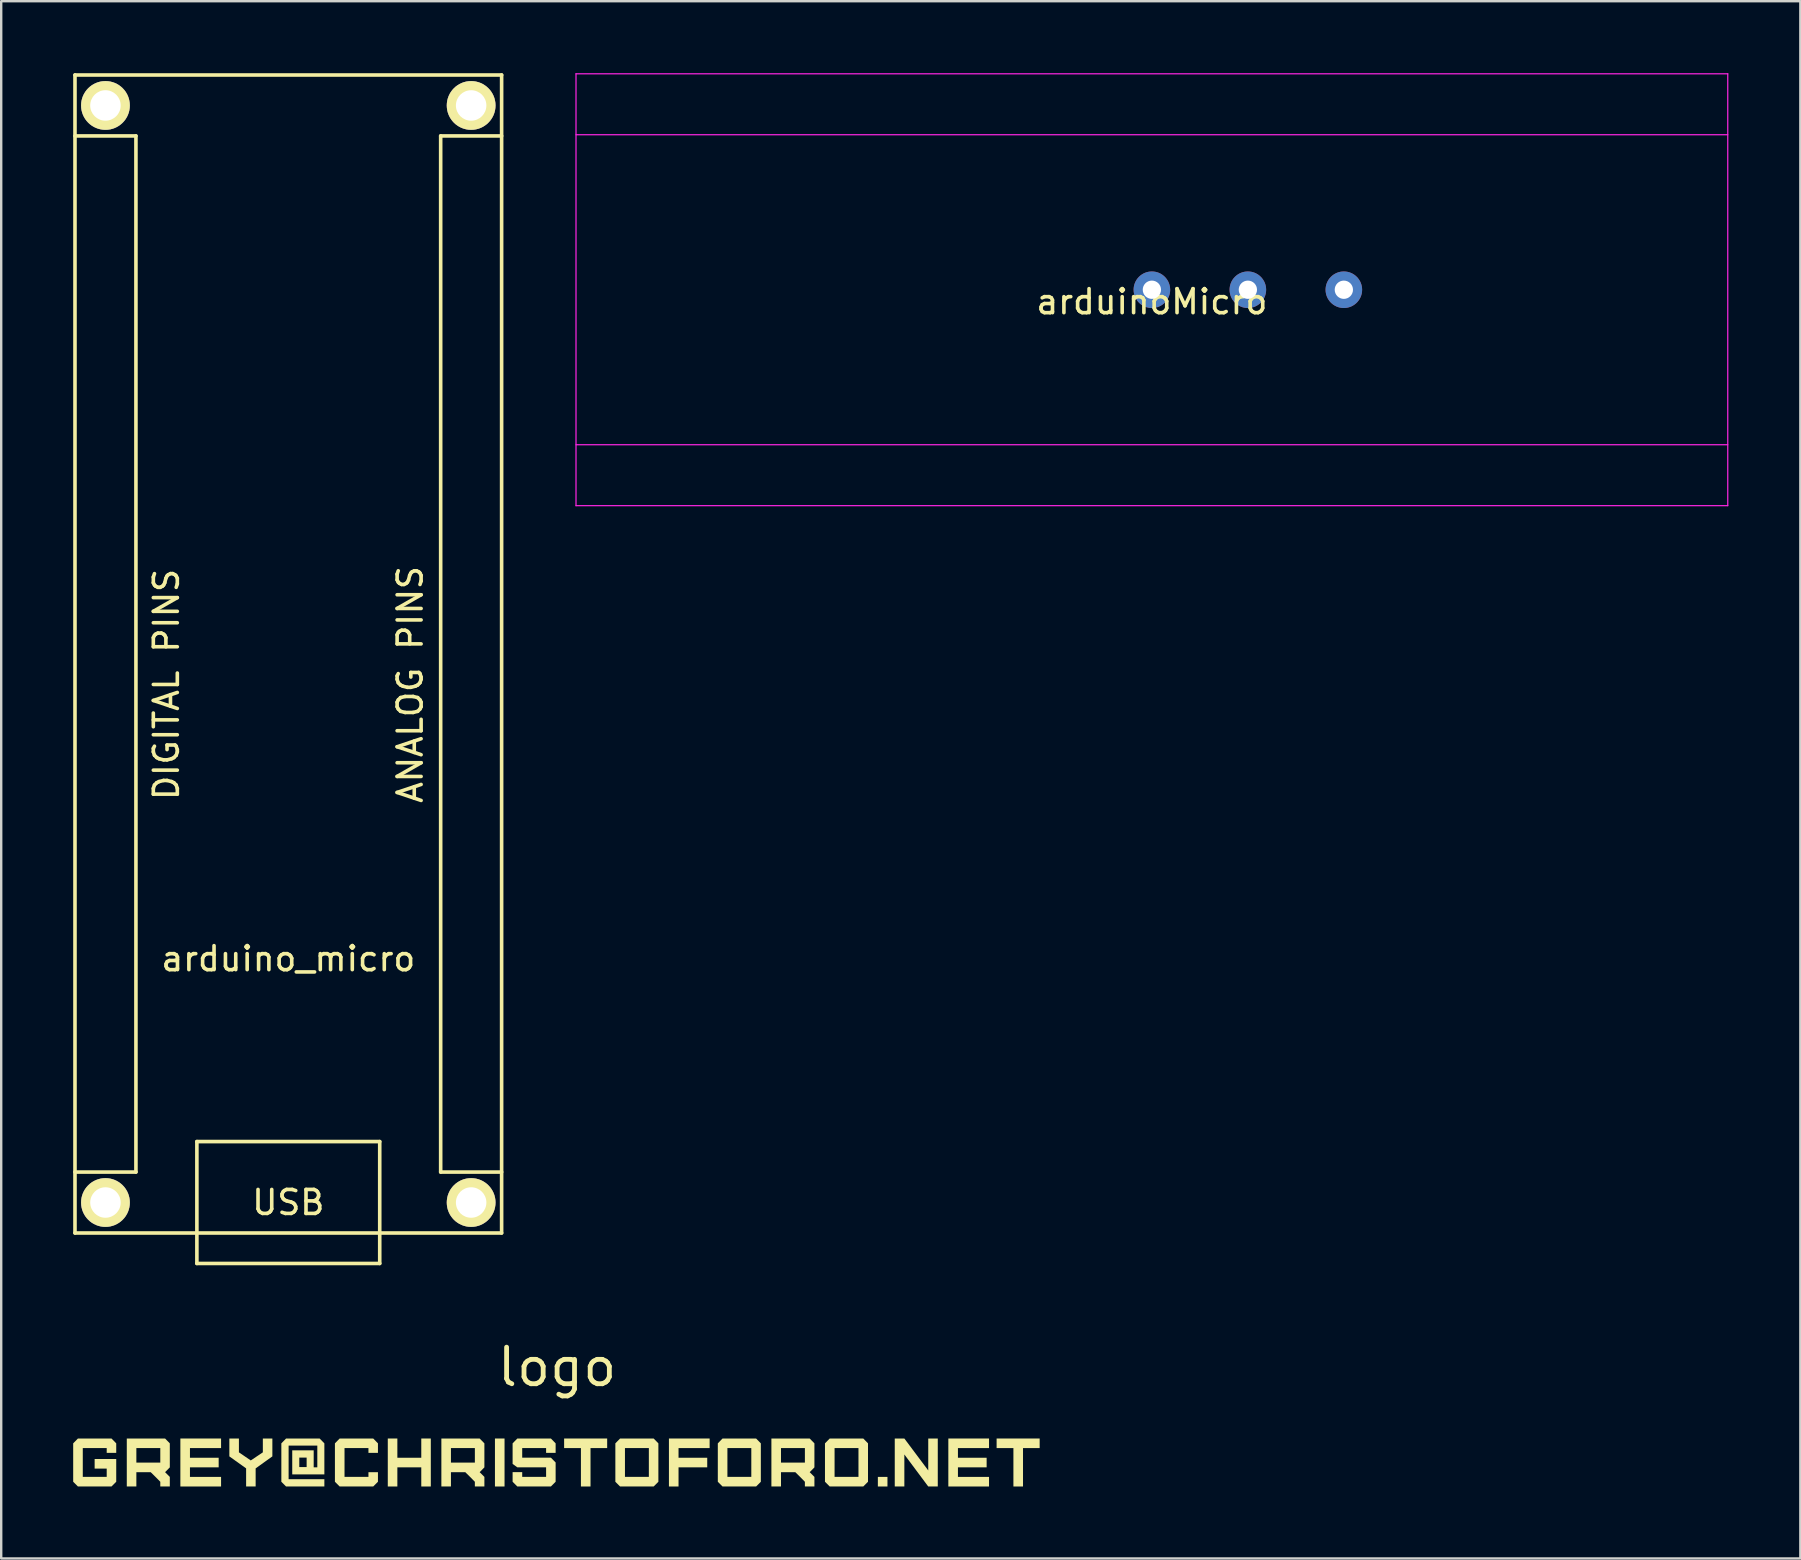
<source format=kicad_pcb>
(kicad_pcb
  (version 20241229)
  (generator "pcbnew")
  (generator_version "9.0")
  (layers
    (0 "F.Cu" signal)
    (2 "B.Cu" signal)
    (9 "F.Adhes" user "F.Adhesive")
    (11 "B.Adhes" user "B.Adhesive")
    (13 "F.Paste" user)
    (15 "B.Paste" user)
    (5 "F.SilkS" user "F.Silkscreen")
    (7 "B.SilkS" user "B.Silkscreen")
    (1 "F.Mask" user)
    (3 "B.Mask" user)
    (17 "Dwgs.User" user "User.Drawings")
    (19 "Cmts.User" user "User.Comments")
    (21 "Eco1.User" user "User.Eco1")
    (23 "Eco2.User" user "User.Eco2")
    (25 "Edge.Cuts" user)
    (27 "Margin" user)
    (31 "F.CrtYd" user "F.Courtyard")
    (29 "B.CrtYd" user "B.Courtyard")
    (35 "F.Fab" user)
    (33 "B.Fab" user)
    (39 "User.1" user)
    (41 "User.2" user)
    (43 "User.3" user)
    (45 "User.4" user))
  (footprint "arduino_micro"
    (layer "F.Cu")
    (at 1.345 1.345)
    (property "Reference" "arduino_micro" (at 7.62 35.56 0) (layer "F.SilkS") (effects (font (size 1 1) (thickness 0.15))))
    (attr through_hole)
    (fp_line (start -1.27 -1.27) (end 16.51 -1.27) (stroke (width 0.15) (type solid)) (layer "F.SilkS"))
    (fp_line (start -1.27 1.27) (end 1.27 1.27) (stroke (width 0.15) (type solid)) (layer "F.SilkS"))
    (fp_line (start -1.27 46.99) (end -1.27 -1.27) (stroke (width 0.15) (type solid)) (layer "F.SilkS"))
    (fp_line (start 1.27 1.27) (end 1.27 44.45) (stroke (width 0.15) (type solid)) (layer "F.SilkS"))
    (fp_line (start 1.27 44.45) (end -1.27 44.45) (stroke (width 0.15) (type solid)) (layer "F.SilkS"))
    (fp_line (start 3.81 43.18) (end 3.81 48.26) (stroke (width 0.15) (type solid)) (layer "F.SilkS"))
    (fp_line (start 3.81 48.26) (end 11.43 48.26) (stroke (width 0.15) (type solid)) (layer "F.SilkS"))
    (fp_line (start 11.43 43.18) (end 3.81 43.18) (stroke (width 0.15) (type solid)) (layer "F.SilkS"))
    (fp_line (start 11.43 48.26) (end 11.43 43.18) (stroke (width 0.15) (type solid)) (layer "F.SilkS"))
    (fp_line (start 13.97 1.27) (end 13.97 44.45) (stroke (width 0.15) (type solid)) (layer "F.SilkS"))
    (fp_line (start 13.97 44.45) (end 16.51 44.45) (stroke (width 0.15) (type solid)) (layer "F.SilkS"))
    (fp_line (start 16.51 -1.27) (end 16.51 46.99) (stroke (width 0.15) (type solid)) (layer "F.SilkS"))
    (fp_line (start 16.51 1.27) (end 13.97 1.27) (stroke (width 0.15) (type solid)) (layer "F.SilkS"))
    (fp_line (start 16.51 46.99) (end -1.27 46.99) (stroke (width 0.15) (type solid)) (layer "F.SilkS"))
    (fp_text user "DIGITAL PINS" (at 2.54 24.13 90) (layer "F.SilkS") (effects (font (size 1 1) (thickness 0.15))))
    (fp_text user "USB" (at 7.62 45.72 180) (layer "F.SilkS") (effects (font (size 1 1) (thickness 0.15))))
    (fp_text user "ANALOG PINS" (at 12.7 24.13 90) (layer "F.SilkS") (effects (font (size 1 1) (thickness 0.15))))
    (pad "1" thru_hole circle (at 0 0 180) (size 2.032 2.032) (drill 1.27) (layers "*.Cu" "*.Mask" "F.SilkS"))
    (pad "2" thru_hole circle (at 15.24 0 180) (size 2.032 2.032) (drill 1.27) (layers "*.Cu" "*.Mask" "F.SilkS"))
    (pad "3" thru_hole circle (at 15.24 45.72 180) (size 2.032 2.032) (drill 1.27) (layers "*.Cu" "*.Mask" "F.SilkS"))
    (pad "4" thru_hole circle (at 0 45.72 180) (size 2.032 2.032) (drill 1.27) (layers "*.Cu" "*.Mask" "F.SilkS")))
  (footprint "logo"
    (layer "F.Cu")
    (at 20.167 57.923)
    (property "Reference" "logo" (at 0 -4 0) (layer "F.SilkS") (effects (font (size 1.524 1.524) (thickness 0.2))))
    (attr through_hole)
    (fp_poly (pts (xy -2.59 -1.023) (xy -2.59 0.977) (xy -2.19 0.977) (xy -2.19 -1.023)) (stroke (width 0.001) (type solid)) (fill yes) (layer "F.SilkS"))
    (fp_poly (pts (xy 13.368 0.577) (xy 13.368 0.977) (xy 13.768 0.977) (xy 13.768 0.577)) (stroke (width 0.001) (type solid)) (fill yes) (layer "F.SilkS"))
    (fp_poly (pts (xy 2.087 -0.624) (xy 2.087 -1.023) (xy 0.293 -1.023) (xy 0.293 -0.624) (xy 0.993 -0.624) (xy 0.993 0.977) (xy 1.393 0.977) (xy 1.393 -0.624)) (stroke (width 0.001) (type solid)) (fill yes) (layer "F.SilkS"))
    (fp_poly (pts (xy 18.317 -1.023) (xy 18.317 -0.624) (xy 19.017 -0.624) (xy 19.017 0.977) (xy 19.417 0.977) (xy 19.417 -0.624) (xy 20.111 -0.624) (xy 20.111 -1.023)) (stroke (width 0.001) (type solid)) (fill yes) (layer "F.SilkS"))
    (fp_poly (pts (xy 6.257 0.179) (xy 6.257 -0.221) (xy 5.061 -0.221) (xy 5.061 -0.624) (xy 6.357 -0.624) (xy 6.357 -1.023) (xy 4.661 -1.023) (xy 4.661 0.977) (xy 5.061 0.977) (xy 5.061 0.179)) (stroke (width 0.001) (type solid)) (fill yes) (layer "F.SilkS"))
    (fp_poly (pts (xy 14.072 0.977) (xy 14.472 0.977) (xy 14.472 -0.358) (xy 15.468 0.977) (xy 15.865 0.977) (xy 15.865 -1.023) (xy 15.468 -1.023) (xy 15.468 0.308) (xy 14.472 -1.023) (xy 14.072 -1.023)) (stroke (width 0.001) (type solid)) (fill yes) (layer "F.SilkS"))
    (fp_poly (pts (xy -15.301 0.179) (xy -14.104 0.179) (xy -14.104 -0.221) (xy -15.301 -0.221) (xy -15.301 -0.624) (xy -14.004 -0.624) (xy -14.004 -1.023) (xy -15.7 -1.023) (xy -15.7 0.977) (xy -14.004 0.977) (xy -14.004 0.577) (xy -15.301 0.577)) (stroke (width 0.001) (type solid)) (fill yes) (layer "F.SilkS"))
    (fp_poly (pts (xy -6.657 -1.023) (xy -7.056 -1.023) (xy -7.056 0.977) (xy -6.657 0.977) (xy -6.657 0.179) (xy -5.66 0.179) (xy -5.66 0.977) (xy -5.263 0.977) (xy -5.263 -1.023) (xy -5.66 -1.023) (xy -5.66 -0.221) (xy -6.657 -0.221)) (stroke (width 0.001) (type solid)) (fill yes) (layer "F.SilkS"))
    (fp_poly (pts (xy 18.001 0.977) (xy 18.001 0.577) (xy 16.705 0.577) (xy 16.705 0.179) (xy 17.901 0.179) (xy 17.901 -0.221) (xy 16.705 -0.221) (xy 16.705 -0.624) (xy 18.001 -0.624) (xy 18.001 -1.023) (xy 16.305 -1.023) (xy 16.305 0.977)) (stroke (width 0.001) (type solid)) (fill yes) (layer "F.SilkS"))
    (fp_poly (pts (xy -12.766 -0.109) (xy -13.26 -0.446) (xy -13.26 -1.023) (xy -13.659 -1.023) (xy -13.659 -0.278) (xy -12.96 0.222) (xy -12.96 0.977) (xy -12.563 0.977) (xy -12.563 0.222) (xy -11.866 -0.278) (xy -11.866 -1.023) (xy -12.263 -1.023) (xy -12.263 -0.446)) (stroke (width 0.001) (type solid)) (fill yes) (layer "F.SilkS"))
    (fp_poly (pts (xy 4.221 -0.821) (xy 4.024 -1.023) (xy 2.625 -1.023) (xy 2.828 0.577) (xy 2.828 -0.624) (xy 3.824 -0.624) (xy 3.824 0.577) (xy 2.828 0.577) (xy 2.625 -1.023) (xy 2.428 -0.821) (xy 2.428 0.78) (xy 2.625 0.977) (xy 4.024 0.977) (xy 4.221 0.78)) (stroke (width 0.001) (type solid)) (fill yes) (layer "F.SilkS"))
    (fp_poly (pts (xy 8.491 -0.821) (xy 8.294 -1.023) (xy 6.895 -1.023) (xy 6.698 -0.821) (xy 7.098 -0.624) (xy 8.094 -0.624) (xy 8.094 0.577) (xy 7.098 0.577) (xy 7.098 -0.624) (xy 6.698 -0.821) (xy 6.698 0.78) (xy 6.895 0.977) (xy 8.294 0.977) (xy 8.491 0.78)) (stroke (width 0.001) (type solid)) (fill yes) (layer "F.SilkS"))
    (fp_poly (pts (xy 12.957 -0.821) (xy 12.76 -1.023) (xy 11.361 -1.023) (xy 11.164 -0.821) (xy 11.564 -0.624) (xy 12.56 -0.624) (xy 12.56 0.577) (xy 11.564 0.577) (xy 11.564 -0.624) (xy 11.164 -0.821) (xy 11.164 0.78) (xy 11.361 0.977) (xy 12.76 0.977) (xy 12.957 0.78)) (stroke (width 0.001) (type solid)) (fill yes) (layer "F.SilkS"))
    (fp_poly (pts (xy -8.859 -0.624) (xy -7.862 -0.624) (xy -7.862 -0.424) (xy -7.466 -0.424) (xy -7.466 -0.821) (xy -7.663 -1.023) (xy -9.062 -1.023) (xy -9.259 -0.821) (xy -9.259 0.78) (xy -9.062 0.977) (xy -7.663 0.977) (xy -7.466 0.78) (xy -7.466 0.38) (xy -7.862 0.38) (xy -7.862 0.577) (xy -8.859 0.577)) (stroke (width 0.001) (type solid)) (fill yes) (layer "F.SilkS"))
    (fp_poly (pts (xy -18.373 -0.17) (xy -19.273 -0.17) (xy -19.273 0.23) (xy -18.77 0.23) (xy -18.77 0.577) (xy -19.767 0.577) (xy -19.767 -0.624) (xy -18.77 -0.624) (xy -18.77 -0.424) (xy -18.373 -0.424) (xy -18.373 -0.821) (xy -18.57 -1.023) (xy -19.969 -1.023) (xy -20.167 -0.821) (xy -20.167 0.78) (xy -19.969 0.977) (xy -18.57 0.977) (xy -18.373 0.78)) (stroke (width 0.001) (type solid)) (fill yes) (layer "F.SilkS"))
    (fp_poly (pts (xy -17.534 0.38) (xy -16.937 0.38) (xy -16.737 0.577) (xy -16.537 0.78) (xy -16.537 0.977) (xy -16.14 0.977) (xy -16.14 0.577) (xy -16.337 0.38) (xy -16.14 0.18) (xy -16.14 -0.821) (xy -16.337 -1.023) (xy -17.933 -1.023) (xy -17.933 0.977) (xy -17.534 0.977) (xy -17.534 -0.624) (xy -16.537 -0.624) (xy -16.537 -0.02) (xy -17.534 -0.02)) (stroke (width 0.001) (type solid)) (fill yes) (layer "F.SilkS"))
    (fp_poly (pts (xy -3.827 0.38) (xy -3.627 0.577) (xy -3.427 0.78) (xy -3.427 0.977) (xy -3.03 0.977) (xy -3.03 0.577) (xy -3.227 0.38) (xy -3.03 0.18) (xy -3.03 -0.821) (xy -3.227 -1.023) (xy -4.823 -1.023) (xy -4.823 0.977) (xy -4.424 0.977) (xy -4.424 -0.624) (xy -3.427 -0.624) (xy -3.427 -0.02) (xy -4.424 -0.02) (xy -4.424 -0.624) (xy -4.424 0.38) (xy -3.827 0.38)) (stroke (width 0.001) (type solid)) (fill yes) (layer "F.SilkS"))
    (fp_poly (pts (xy 10.527 -1.023) (xy 8.931 -1.023) (xy 8.931 0.977) (xy 9.331 0.977) (xy 9.331 -0.624) (xy 10.327 -0.624) (xy 10.327 -0.02) (xy 9.331 -0.02) (xy 9.331 -0.624) (xy 9.331 0.977) (xy 9.331 0.38) (xy 9.927 0.38) (xy 10.127 0.577) (xy 10.327 0.78) (xy 10.327 0.977) (xy 10.724 0.977) (xy 10.724 0.577) (xy 10.527 0.38) (xy 10.724 0.18) (xy 10.724 -0.821)) (stroke (width 0.001) (type solid)) (fill yes) (layer "F.SilkS"))
    (fp_poly (pts (xy -0.061 -0.024) (xy -0.258 -0.224) (xy -1.454 -0.224) (xy -1.454 -0.624) (xy -0.458 -0.624) (xy -0.458 -0.424) (xy -0.061 -0.424) (xy -0.061 -0.821) (xy -0.258 -1.023) (xy -1.657 -1.023) (xy -1.854 -0.821) (xy -1.854 0.036) (xy -1.657 0.179) (xy -0.458 0.179) (xy -0.458 0.577) (xy -1.454 0.577) (xy -1.454 0.379) (xy -1.854 0.379) (xy -1.854 0.78) (xy -1.657 0.977) (xy -0.258 0.977) (xy -0.061 0.78)) (stroke (width 0.001) (type solid)) (fill yes) (layer "F.SilkS"))
    (fp_poly (pts (xy -9.699 0.674) (xy -11.189 0.674) (xy -11.189 -0.726) (xy -9.993 -0.726) (xy -9.993 0.179) (xy -10.144 0.179) (xy -10.144 -0.53) (xy -11.038 -0.53) (xy -11.038 0.473) (xy -10.744 0.168) (xy -10.744 -0.227) (xy -10.438 -0.227) (xy -10.438 0.168) (xy -10.744 0.168) (xy -11.038 0.473) (xy -9.699 0.473) (xy -9.699 -0.821) (xy -9.896 -1.023) (xy -11.295 -1.023) (xy -11.492 -0.821) (xy -11.492 0.78) (xy -11.295 0.977) (xy -9.699 0.977)) (stroke (width 0.001) (type solid)) (fill yes) (layer "F.SilkS")))
  (footprint "arduinoMicro"
    (layer "F.Cu")
    (at 44.955 9.025)
    (property "Reference" "arduinoMicro" (at 0 0.5 0) (layer "F.SilkS") (effects (font (size 1 1) (thickness 0.15))))
    (attr through_hole)
    (fp_line (start -24 -9) (end 24 -9) (stroke (width 0.05) (type solid)) (layer "F.CrtYd"))
    (fp_line (start -24 -6.46) (end 24 -6.46) (stroke (width 0.05) (type solid)) (layer "F.CrtYd"))
    (fp_line (start -24 6.46) (end 24 6.46) (stroke (width 0.05) (type solid)) (layer "F.CrtYd"))
    (fp_line (start -24 9) (end -24 -9) (stroke (width 0.05) (type solid)) (layer "F.CrtYd"))
    (fp_line (start 24 -9) (end 24 9) (stroke (width 0.05) (type solid)) (layer "F.CrtYd"))
    (fp_line (start 24 9) (end -24 9) (stroke (width 0.05) (type solid)) (layer "F.CrtYd"))
    (pad "1" thru_hole circle (at 0 0) (size 1.524 1.524) (drill 0.762) (layers "*.Cu" "*.Mask"))
    (pad "2" thru_hole circle (at 4 0) (size 1.524 1.524) (drill 0.762) (layers "*.Cu" "*.Mask"))
    (pad "3" thru_hole circle (at 8 0) (size 1.524 1.524) (drill 0.762) (layers "*.Cu" "*.Mask")))
  (gr_rect
    (start -3 -3)
    (end 71.98 61.9)
    (stroke (width 0.1) (type default))
    (fill no)
    (layer "Edge.Cuts")))
</source>
